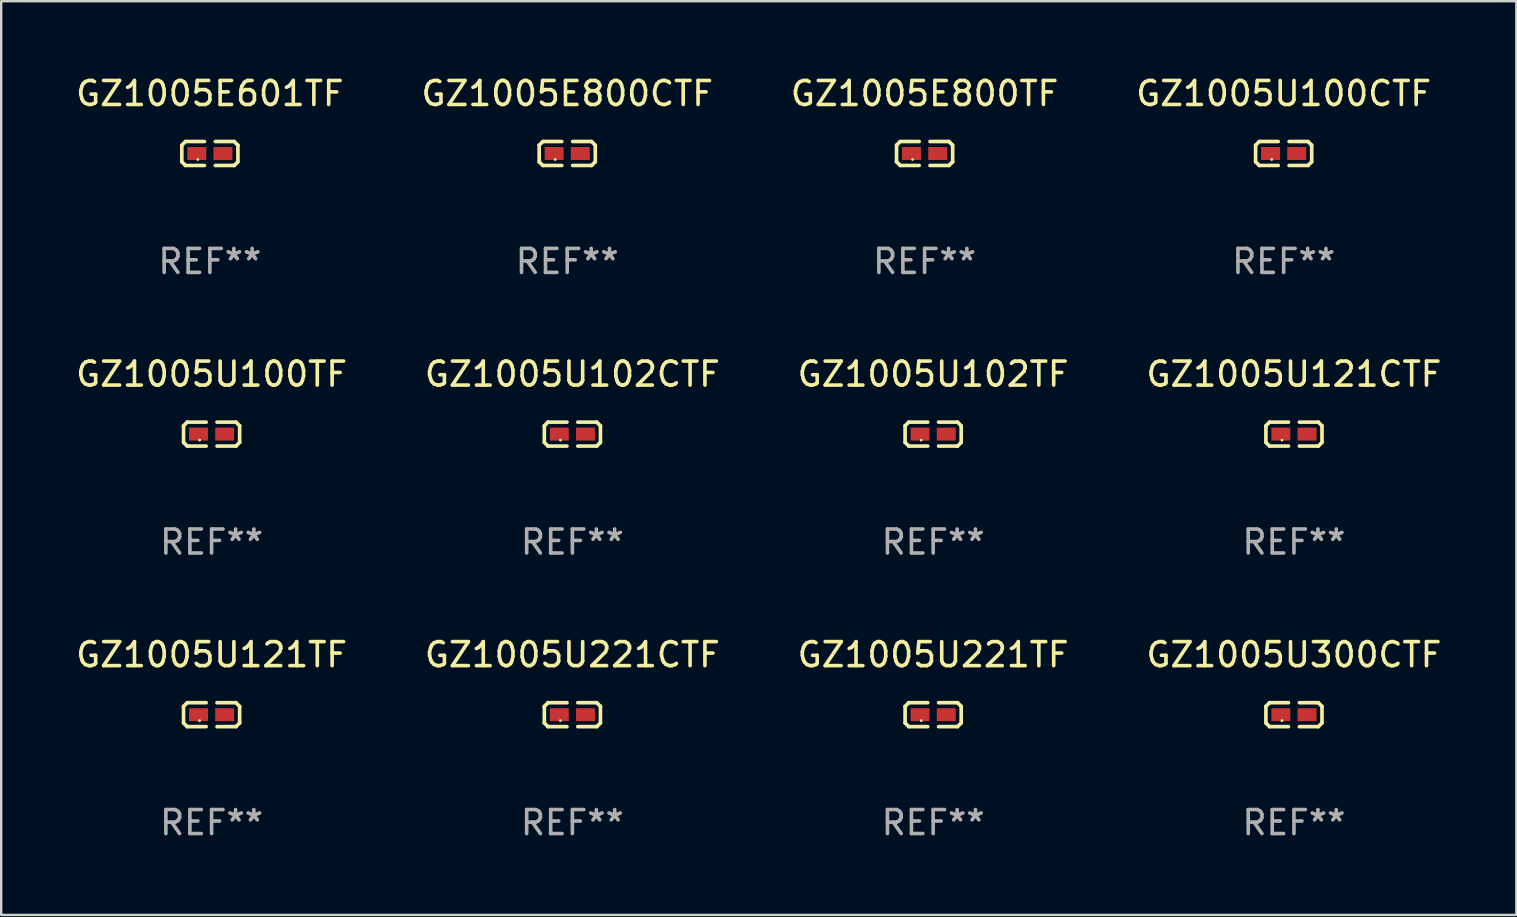
<source format=kicad_pcb>
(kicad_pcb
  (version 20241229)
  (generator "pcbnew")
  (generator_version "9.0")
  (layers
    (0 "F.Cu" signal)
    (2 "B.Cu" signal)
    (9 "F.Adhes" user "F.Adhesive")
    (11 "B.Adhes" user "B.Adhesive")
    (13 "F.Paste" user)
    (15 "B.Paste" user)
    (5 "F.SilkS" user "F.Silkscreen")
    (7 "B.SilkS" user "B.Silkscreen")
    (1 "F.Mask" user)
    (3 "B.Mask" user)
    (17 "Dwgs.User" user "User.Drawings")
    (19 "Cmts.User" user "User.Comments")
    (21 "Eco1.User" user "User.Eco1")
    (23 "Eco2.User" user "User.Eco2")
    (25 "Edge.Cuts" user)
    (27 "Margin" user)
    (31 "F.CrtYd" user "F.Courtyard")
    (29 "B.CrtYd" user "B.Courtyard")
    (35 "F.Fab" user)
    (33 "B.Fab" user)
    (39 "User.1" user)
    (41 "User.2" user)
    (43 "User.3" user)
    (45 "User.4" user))
  (footprint "GZ1005U100CTF"
    (layer "F.Cu")
    (at 50.446 3.347)
    (property "Reference" "GZ1005U100CTF" (at 0 -2.499 0) (layer "F.SilkS") (effects (font (size 1 1) (thickness 0.15))))
    (attr through_hole)
    (fp_line (start -1.169 -0.346) (end -1.016 -0.499) (stroke (width 0.152) (type solid)) (layer "F.SilkS"))
    (fp_line (start -1.169 0.346) (end -1.169 -0.346) (stroke (width 0.152) (type solid)) (layer "F.SilkS"))
    (fp_line (start -1.016 -0.499) (end -0.226 -0.499) (stroke (width 0.152) (type solid)) (layer "F.SilkS"))
    (fp_line (start -1.016 0.499) (end -1.169 0.346) (stroke (width 0.152) (type solid)) (layer "F.SilkS"))
    (fp_line (start -0.226 0.499) (end -1.016 0.499) (stroke (width 0.152) (type solid)) (layer "F.SilkS"))
    (fp_line (start 0.226 0.499) (end 1.016 0.499) (stroke (width 0.152) (type solid)) (layer "F.SilkS"))
    (fp_line (start 1.016 -0.499) (end 0.226 -0.499) (stroke (width 0.152) (type solid)) (layer "F.SilkS"))
    (fp_line (start 1.016 0.499) (end 1.169 0.346) (stroke (width 0.152) (type solid)) (layer "F.SilkS"))
    (fp_line (start 1.169 -0.346) (end 1.016 -0.499) (stroke (width 0.152) (type solid)) (layer "F.SilkS"))
    (fp_line (start 1.169 0.346) (end 1.169 -0.346) (stroke (width 0.152) (type solid)) (layer "F.SilkS"))
    (fp_circle (center -0.5 0.25) (end -0.47 0.25) (stroke (width 0.06) (type solid)) (fill no) (layer "F.SilkS"))
    (fp_text user "REF**" (at 0 4.499 0) (layer "F.Fab") (effects (font (size 1 1) (thickness 0.15))))
    (pad "1" smd rect (at -0.545 0) (size 0.79 0.54) (layers "F.Cu" "F.Mask" "F.Paste"))
    (pad "2" smd rect (at 0.545 0) (size 0.79 0.54) (layers "F.Cu" "F.Mask" "F.Paste")))
  (footprint "GZ1005U221CTF"
    (layer "F.Cu")
    (at 20.804 26.734)
    (property "Reference" "GZ1005U221CTF" (at 0 -2.499 0) (layer "F.SilkS") (effects (font (size 1 1) (thickness 0.15))))
    (attr through_hole)
    (fp_line (start -1.169 -0.346) (end -1.016 -0.499) (stroke (width 0.152) (type solid)) (layer "F.SilkS"))
    (fp_line (start -1.169 0.346) (end -1.169 -0.346) (stroke (width 0.152) (type solid)) (layer "F.SilkS"))
    (fp_line (start -1.016 -0.499) (end -0.226 -0.499) (stroke (width 0.152) (type solid)) (layer "F.SilkS"))
    (fp_line (start -1.016 0.499) (end -1.169 0.346) (stroke (width 0.152) (type solid)) (layer "F.SilkS"))
    (fp_line (start -0.226 0.499) (end -1.016 0.499) (stroke (width 0.152) (type solid)) (layer "F.SilkS"))
    (fp_line (start 0.226 0.499) (end 1.016 0.499) (stroke (width 0.152) (type solid)) (layer "F.SilkS"))
    (fp_line (start 1.016 -0.499) (end 0.226 -0.499) (stroke (width 0.152) (type solid)) (layer "F.SilkS"))
    (fp_line (start 1.016 0.499) (end 1.169 0.346) (stroke (width 0.152) (type solid)) (layer "F.SilkS"))
    (fp_line (start 1.169 -0.346) (end 1.016 -0.499) (stroke (width 0.152) (type solid)) (layer "F.SilkS"))
    (fp_line (start 1.169 0.346) (end 1.169 -0.346) (stroke (width 0.152) (type solid)) (layer "F.SilkS"))
    (fp_circle (center -0.5 0.25) (end -0.47 0.25) (stroke (width 0.06) (type solid)) (fill no) (layer "F.SilkS"))
    (fp_text user "REF**" (at 0 4.499 0) (layer "F.Fab") (effects (font (size 1 1) (thickness 0.15))))
    (pad "1" smd rect (at -0.545 0) (size 0.79 0.54) (layers "F.Cu" "F.Mask" "F.Paste"))
    (pad "2" smd rect (at 0.545 0) (size 0.79 0.54) (layers "F.Cu" "F.Mask" "F.Paste")))
  (footprint "GZ1005U121CTF"
    (layer "F.Cu")
    (at 50.875 15.041)
    (property "Reference" "GZ1005U121CTF" (at 0 -2.499 0) (layer "F.SilkS") (effects (font (size 1 1) (thickness 0.15))))
    (attr through_hole)
    (fp_line (start -1.169 -0.346) (end -1.016 -0.499) (stroke (width 0.152) (type solid)) (layer "F.SilkS"))
    (fp_line (start -1.169 0.346) (end -1.169 -0.346) (stroke (width 0.152) (type solid)) (layer "F.SilkS"))
    (fp_line (start -1.016 -0.499) (end -0.226 -0.499) (stroke (width 0.152) (type solid)) (layer "F.SilkS"))
    (fp_line (start -1.016 0.499) (end -1.169 0.346) (stroke (width 0.152) (type solid)) (layer "F.SilkS"))
    (fp_line (start -0.226 0.499) (end -1.016 0.499) (stroke (width 0.152) (type solid)) (layer "F.SilkS"))
    (fp_line (start 0.226 0.499) (end 1.016 0.499) (stroke (width 0.152) (type solid)) (layer "F.SilkS"))
    (fp_line (start 1.016 -0.499) (end 0.226 -0.499) (stroke (width 0.152) (type solid)) (layer "F.SilkS"))
    (fp_line (start 1.016 0.499) (end 1.169 0.346) (stroke (width 0.152) (type solid)) (layer "F.SilkS"))
    (fp_line (start 1.169 -0.346) (end 1.016 -0.499) (stroke (width 0.152) (type solid)) (layer "F.SilkS"))
    (fp_line (start 1.169 0.346) (end 1.169 -0.346) (stroke (width 0.152) (type solid)) (layer "F.SilkS"))
    (fp_circle (center -0.5 0.25) (end -0.47 0.25) (stroke (width 0.06) (type solid)) (fill no) (layer "F.SilkS"))
    (fp_text user "REF**" (at 0 4.499 0) (layer "F.Fab") (effects (font (size 1 1) (thickness 0.15))))
    (pad "1" smd rect (at -0.545 0) (size 0.79 0.54) (layers "F.Cu" "F.Mask" "F.Paste"))
    (pad "2" smd rect (at 0.545 0) (size 0.79 0.54) (layers "F.Cu" "F.Mask" "F.Paste")))
  (footprint "GZ1005U121TF"
    (layer "F.Cu")
    (at 5.768 26.734)
    (property "Reference" "GZ1005U121TF" (at 0 -2.499 0) (layer "F.SilkS") (effects (font (size 1 1) (thickness 0.15))))
    (attr through_hole)
    (fp_line (start -1.169 -0.346) (end -1.016 -0.499) (stroke (width 0.152) (type solid)) (layer "F.SilkS"))
    (fp_line (start -1.169 0.346) (end -1.169 -0.346) (stroke (width 0.152) (type solid)) (layer "F.SilkS"))
    (fp_line (start -1.016 -0.499) (end -0.226 -0.499) (stroke (width 0.152) (type solid)) (layer "F.SilkS"))
    (fp_line (start -1.016 0.499) (end -1.169 0.346) (stroke (width 0.152) (type solid)) (layer "F.SilkS"))
    (fp_line (start -0.226 0.499) (end -1.016 0.499) (stroke (width 0.152) (type solid)) (layer "F.SilkS"))
    (fp_line (start 0.226 0.499) (end 1.016 0.499) (stroke (width 0.152) (type solid)) (layer "F.SilkS"))
    (fp_line (start 1.016 -0.499) (end 0.226 -0.499) (stroke (width 0.152) (type solid)) (layer "F.SilkS"))
    (fp_line (start 1.016 0.499) (end 1.169 0.346) (stroke (width 0.152) (type solid)) (layer "F.SilkS"))
    (fp_line (start 1.169 -0.346) (end 1.016 -0.499) (stroke (width 0.152) (type solid)) (layer "F.SilkS"))
    (fp_line (start 1.169 0.346) (end 1.169 -0.346) (stroke (width 0.152) (type solid)) (layer "F.SilkS"))
    (fp_circle (center -0.5 0.25) (end -0.47 0.25) (stroke (width 0.06) (type solid)) (fill no) (layer "F.SilkS"))
    (fp_text user "REF**" (at 0 4.499 0) (layer "F.Fab") (effects (font (size 1 1) (thickness 0.15))))
    (pad "1" smd rect (at -0.545 0) (size 0.79 0.54) (layers "F.Cu" "F.Mask" "F.Paste"))
    (pad "2" smd rect (at 0.545 0) (size 0.79 0.54) (layers "F.Cu" "F.Mask" "F.Paste")))
  (footprint "GZ1005U221TF"
    (layer "F.Cu")
    (at 35.839 26.734)
    (property "Reference" "GZ1005U221TF" (at 0 -2.499 0) (layer "F.SilkS") (effects (font (size 1 1) (thickness 0.15))))
    (attr through_hole)
    (fp_line (start -1.169 -0.346) (end -1.016 -0.499) (stroke (width 0.152) (type solid)) (layer "F.SilkS"))
    (fp_line (start -1.169 0.346) (end -1.169 -0.346) (stroke (width 0.152) (type solid)) (layer "F.SilkS"))
    (fp_line (start -1.016 -0.499) (end -0.226 -0.499) (stroke (width 0.152) (type solid)) (layer "F.SilkS"))
    (fp_line (start -1.016 0.499) (end -1.169 0.346) (stroke (width 0.152) (type solid)) (layer "F.SilkS"))
    (fp_line (start -0.226 0.499) (end -1.016 0.499) (stroke (width 0.152) (type solid)) (layer "F.SilkS"))
    (fp_line (start 0.226 0.499) (end 1.016 0.499) (stroke (width 0.152) (type solid)) (layer "F.SilkS"))
    (fp_line (start 1.016 -0.499) (end 0.226 -0.499) (stroke (width 0.152) (type solid)) (layer "F.SilkS"))
    (fp_line (start 1.016 0.499) (end 1.169 0.346) (stroke (width 0.152) (type solid)) (layer "F.SilkS"))
    (fp_line (start 1.169 -0.346) (end 1.016 -0.499) (stroke (width 0.152) (type solid)) (layer "F.SilkS"))
    (fp_line (start 1.169 0.346) (end 1.169 -0.346) (stroke (width 0.152) (type solid)) (layer "F.SilkS"))
    (fp_circle (center -0.5 0.25) (end -0.47 0.25) (stroke (width 0.06) (type solid)) (fill no) (layer "F.SilkS"))
    (fp_text user "REF**" (at 0 4.499 0) (layer "F.Fab") (effects (font (size 1 1) (thickness 0.15))))
    (pad "1" smd rect (at -0.545 0) (size 0.79 0.54) (layers "F.Cu" "F.Mask" "F.Paste"))
    (pad "2" smd rect (at 0.545 0) (size 0.79 0.54) (layers "F.Cu" "F.Mask" "F.Paste")))
  (footprint "GZ1005E800CTF"
    (layer "F.Cu")
    (at 20.589 3.347)
    (property "Reference" "GZ1005E800CTF" (at 0 -2.499 0) (layer "F.SilkS") (effects (font (size 1 1) (thickness 0.15))))
    (attr through_hole)
    (fp_line (start -1.169 -0.346) (end -1.016 -0.499) (stroke (width 0.152) (type solid)) (layer "F.SilkS"))
    (fp_line (start -1.169 0.346) (end -1.169 -0.346) (stroke (width 0.152) (type solid)) (layer "F.SilkS"))
    (fp_line (start -1.016 -0.499) (end -0.226 -0.499) (stroke (width 0.152) (type solid)) (layer "F.SilkS"))
    (fp_line (start -1.016 0.499) (end -1.169 0.346) (stroke (width 0.152) (type solid)) (layer "F.SilkS"))
    (fp_line (start -0.226 0.499) (end -1.016 0.499) (stroke (width 0.152) (type solid)) (layer "F.SilkS"))
    (fp_line (start 0.226 0.499) (end 1.016 0.499) (stroke (width 0.152) (type solid)) (layer "F.SilkS"))
    (fp_line (start 1.016 -0.499) (end 0.226 -0.499) (stroke (width 0.152) (type solid)) (layer "F.SilkS"))
    (fp_line (start 1.016 0.499) (end 1.169 0.346) (stroke (width 0.152) (type solid)) (layer "F.SilkS"))
    (fp_line (start 1.169 -0.346) (end 1.016 -0.499) (stroke (width 0.152) (type solid)) (layer "F.SilkS"))
    (fp_line (start 1.169 0.346) (end 1.169 -0.346) (stroke (width 0.152) (type solid)) (layer "F.SilkS"))
    (fp_circle (center -0.5 0.25) (end -0.47 0.25) (stroke (width 0.06) (type solid)) (fill no) (layer "F.SilkS"))
    (fp_text user "REF**" (at 0 4.499 0) (layer "F.Fab") (effects (font (size 1 1) (thickness 0.15))))
    (pad "1" smd rect (at -0.545 0) (size 0.79 0.54) (layers "F.Cu" "F.Mask" "F.Paste"))
    (pad "2" smd rect (at 0.545 0) (size 0.79 0.54) (layers "F.Cu" "F.Mask" "F.Paste")))
  (footprint "GZ1005U300CTF"
    (layer "F.Cu")
    (at 50.875 26.734)
    (property "Reference" "GZ1005U300CTF" (at 0 -2.499 0) (layer "F.SilkS") (effects (font (size 1 1) (thickness 0.15))))
    (attr through_hole)
    (fp_line (start -1.169 -0.346) (end -1.016 -0.499) (stroke (width 0.152) (type solid)) (layer "F.SilkS"))
    (fp_line (start -1.169 0.346) (end -1.169 -0.346) (stroke (width 0.152) (type solid)) (layer "F.SilkS"))
    (fp_line (start -1.016 -0.499) (end -0.226 -0.499) (stroke (width 0.152) (type solid)) (layer "F.SilkS"))
    (fp_line (start -1.016 0.499) (end -1.169 0.346) (stroke (width 0.152) (type solid)) (layer "F.SilkS"))
    (fp_line (start -0.226 0.499) (end -1.016 0.499) (stroke (width 0.152) (type solid)) (layer "F.SilkS"))
    (fp_line (start 0.226 0.499) (end 1.016 0.499) (stroke (width 0.152) (type solid)) (layer "F.SilkS"))
    (fp_line (start 1.016 -0.499) (end 0.226 -0.499) (stroke (width 0.152) (type solid)) (layer "F.SilkS"))
    (fp_line (start 1.016 0.499) (end 1.169 0.346) (stroke (width 0.152) (type solid)) (layer "F.SilkS"))
    (fp_line (start 1.169 -0.346) (end 1.016 -0.499) (stroke (width 0.152) (type solid)) (layer "F.SilkS"))
    (fp_line (start 1.169 0.346) (end 1.169 -0.346) (stroke (width 0.152) (type solid)) (layer "F.SilkS"))
    (fp_circle (center -0.5 0.25) (end -0.47 0.25) (stroke (width 0.06) (type solid)) (fill no) (layer "F.SilkS"))
    (fp_text user "REF**" (at 0 4.499 0) (layer "F.Fab") (effects (font (size 1 1) (thickness 0.15))))
    (pad "1" smd rect (at -0.545 0) (size 0.79 0.54) (layers "F.Cu" "F.Mask" "F.Paste"))
    (pad "2" smd rect (at 0.545 0) (size 0.79 0.54) (layers "F.Cu" "F.Mask" "F.Paste")))
  (footprint "GZ1005E601TF"
    (layer "F.Cu")
    (at 5.696 3.347)
    (property "Reference" "GZ1005E601TF" (at 0 -2.499 0) (layer "F.SilkS") (effects (font (size 1 1) (thickness 0.15))))
    (attr through_hole)
    (fp_line (start -1.169 -0.346) (end -1.016 -0.499) (stroke (width 0.152) (type solid)) (layer "F.SilkS"))
    (fp_line (start -1.169 0.346) (end -1.169 -0.346) (stroke (width 0.152) (type solid)) (layer "F.SilkS"))
    (fp_line (start -1.016 -0.499) (end -0.226 -0.499) (stroke (width 0.152) (type solid)) (layer "F.SilkS"))
    (fp_line (start -1.016 0.499) (end -1.169 0.346) (stroke (width 0.152) (type solid)) (layer "F.SilkS"))
    (fp_line (start -0.226 0.499) (end -1.016 0.499) (stroke (width 0.152) (type solid)) (layer "F.SilkS"))
    (fp_line (start 0.226 0.499) (end 1.016 0.499) (stroke (width 0.152) (type solid)) (layer "F.SilkS"))
    (fp_line (start 1.016 -0.499) (end 0.226 -0.499) (stroke (width 0.152) (type solid)) (layer "F.SilkS"))
    (fp_line (start 1.016 0.499) (end 1.169 0.346) (stroke (width 0.152) (type solid)) (layer "F.SilkS"))
    (fp_line (start 1.169 -0.346) (end 1.016 -0.499) (stroke (width 0.152) (type solid)) (layer "F.SilkS"))
    (fp_line (start 1.169 0.346) (end 1.169 -0.346) (stroke (width 0.152) (type solid)) (layer "F.SilkS"))
    (fp_circle (center -0.5 0.25) (end -0.47 0.25) (stroke (width 0.06) (type solid)) (fill no) (layer "F.SilkS"))
    (fp_text user "REF**" (at 0 4.499 0) (layer "F.Fab") (effects (font (size 1 1) (thickness 0.15))))
    (pad "1" smd rect (at -0.545 0) (size 0.79 0.54) (layers "F.Cu" "F.Mask" "F.Paste"))
    (pad "2" smd rect (at 0.545 0) (size 0.79 0.54) (layers "F.Cu" "F.Mask" "F.Paste")))
  (footprint "GZ1005U100TF"
    (layer "F.Cu")
    (at 5.768 15.041)
    (property "Reference" "GZ1005U100TF" (at 0 -2.499 0) (layer "F.SilkS") (effects (font (size 1 1) (thickness 0.15))))
    (attr through_hole)
    (fp_line (start -1.169 -0.346) (end -1.016 -0.499) (stroke (width 0.152) (type solid)) (layer "F.SilkS"))
    (fp_line (start -1.169 0.346) (end -1.169 -0.346) (stroke (width 0.152) (type solid)) (layer "F.SilkS"))
    (fp_line (start -1.016 -0.499) (end -0.226 -0.499) (stroke (width 0.152) (type solid)) (layer "F.SilkS"))
    (fp_line (start -1.016 0.499) (end -1.169 0.346) (stroke (width 0.152) (type solid)) (layer "F.SilkS"))
    (fp_line (start -0.226 0.499) (end -1.016 0.499) (stroke (width 0.152) (type solid)) (layer "F.SilkS"))
    (fp_line (start 0.226 0.499) (end 1.016 0.499) (stroke (width 0.152) (type solid)) (layer "F.SilkS"))
    (fp_line (start 1.016 -0.499) (end 0.226 -0.499) (stroke (width 0.152) (type solid)) (layer "F.SilkS"))
    (fp_line (start 1.016 0.499) (end 1.169 0.346) (stroke (width 0.152) (type solid)) (layer "F.SilkS"))
    (fp_line (start 1.169 -0.346) (end 1.016 -0.499) (stroke (width 0.152) (type solid)) (layer "F.SilkS"))
    (fp_line (start 1.169 0.346) (end 1.169 -0.346) (stroke (width 0.152) (type solid)) (layer "F.SilkS"))
    (fp_circle (center -0.5 0.25) (end -0.47 0.25) (stroke (width 0.06) (type solid)) (fill no) (layer "F.SilkS"))
    (fp_text user "REF**" (at 0 4.499 0) (layer "F.Fab") (effects (font (size 1 1) (thickness 0.15))))
    (pad "1" smd rect (at -0.545 0) (size 0.79 0.54) (layers "F.Cu" "F.Mask" "F.Paste"))
    (pad "2" smd rect (at 0.545 0) (size 0.79 0.54) (layers "F.Cu" "F.Mask" "F.Paste")))
  (footprint "GZ1005U102CTF"
    (layer "F.Cu")
    (at 20.804 15.041)
    (property "Reference" "GZ1005U102CTF" (at 0 -2.499 0) (layer "F.SilkS") (effects (font (size 1 1) (thickness 0.15))))
    (attr through_hole)
    (fp_line (start -1.169 -0.346) (end -1.016 -0.499) (stroke (width 0.152) (type solid)) (layer "F.SilkS"))
    (fp_line (start -1.169 0.346) (end -1.169 -0.346) (stroke (width 0.152) (type solid)) (layer "F.SilkS"))
    (fp_line (start -1.016 -0.499) (end -0.226 -0.499) (stroke (width 0.152) (type solid)) (layer "F.SilkS"))
    (fp_line (start -1.016 0.499) (end -1.169 0.346) (stroke (width 0.152) (type solid)) (layer "F.SilkS"))
    (fp_line (start -0.226 0.499) (end -1.016 0.499) (stroke (width 0.152) (type solid)) (layer "F.SilkS"))
    (fp_line (start 0.226 0.499) (end 1.016 0.499) (stroke (width 0.152) (type solid)) (layer "F.SilkS"))
    (fp_line (start 1.016 -0.499) (end 0.226 -0.499) (stroke (width 0.152) (type solid)) (layer "F.SilkS"))
    (fp_line (start 1.016 0.499) (end 1.169 0.346) (stroke (width 0.152) (type solid)) (layer "F.SilkS"))
    (fp_line (start 1.169 -0.346) (end 1.016 -0.499) (stroke (width 0.152) (type solid)) (layer "F.SilkS"))
    (fp_line (start 1.169 0.346) (end 1.169 -0.346) (stroke (width 0.152) (type solid)) (layer "F.SilkS"))
    (fp_circle (center -0.5 0.25) (end -0.47 0.25) (stroke (width 0.06) (type solid)) (fill no) (layer "F.SilkS"))
    (fp_text user "REF**" (at 0 4.499 0) (layer "F.Fab") (effects (font (size 1 1) (thickness 0.15))))
    (pad "1" smd rect (at -0.545 0) (size 0.79 0.54) (layers "F.Cu" "F.Mask" "F.Paste"))
    (pad "2" smd rect (at 0.545 0) (size 0.79 0.54) (layers "F.Cu" "F.Mask" "F.Paste")))
  (footprint "GZ1005U102TF"
    (layer "F.Cu")
    (at 35.839 15.041)
    (property "Reference" "GZ1005U102TF" (at 0 -2.499 0) (layer "F.SilkS") (effects (font (size 1 1) (thickness 0.15))))
    (attr through_hole)
    (fp_line (start -1.169 -0.346) (end -1.016 -0.499) (stroke (width 0.152) (type solid)) (layer "F.SilkS"))
    (fp_line (start -1.169 0.346) (end -1.169 -0.346) (stroke (width 0.152) (type solid)) (layer "F.SilkS"))
    (fp_line (start -1.016 -0.499) (end -0.226 -0.499) (stroke (width 0.152) (type solid)) (layer "F.SilkS"))
    (fp_line (start -1.016 0.499) (end -1.169 0.346) (stroke (width 0.152) (type solid)) (layer "F.SilkS"))
    (fp_line (start -0.226 0.499) (end -1.016 0.499) (stroke (width 0.152) (type solid)) (layer "F.SilkS"))
    (fp_line (start 0.226 0.499) (end 1.016 0.499) (stroke (width 0.152) (type solid)) (layer "F.SilkS"))
    (fp_line (start 1.016 -0.499) (end 0.226 -0.499) (stroke (width 0.152) (type solid)) (layer "F.SilkS"))
    (fp_line (start 1.016 0.499) (end 1.169 0.346) (stroke (width 0.152) (type solid)) (layer "F.SilkS"))
    (fp_line (start 1.169 -0.346) (end 1.016 -0.499) (stroke (width 0.152) (type solid)) (layer "F.SilkS"))
    (fp_line (start 1.169 0.346) (end 1.169 -0.346) (stroke (width 0.152) (type solid)) (layer "F.SilkS"))
    (fp_circle (center -0.5 0.25) (end -0.47 0.25) (stroke (width 0.06) (type solid)) (fill no) (layer "F.SilkS"))
    (fp_text user "REF**" (at 0 4.499 0) (layer "F.Fab") (effects (font (size 1 1) (thickness 0.15))))
    (pad "1" smd rect (at -0.545 0) (size 0.79 0.54) (layers "F.Cu" "F.Mask" "F.Paste"))
    (pad "2" smd rect (at 0.545 0) (size 0.79 0.54) (layers "F.Cu" "F.Mask" "F.Paste")))
  (footprint "GZ1005E800TF"
    (layer "F.Cu")
    (at 35.482 3.347)
    (property "Reference" "GZ1005E800TF" (at 0 -2.499 0) (layer "F.SilkS") (effects (font (size 1 1) (thickness 0.15))))
    (attr through_hole)
    (fp_line (start -1.169 -0.346) (end -1.016 -0.499) (stroke (width 0.152) (type solid)) (layer "F.SilkS"))
    (fp_line (start -1.169 0.346) (end -1.169 -0.346) (stroke (width 0.152) (type solid)) (layer "F.SilkS"))
    (fp_line (start -1.016 -0.499) (end -0.226 -0.499) (stroke (width 0.152) (type solid)) (layer "F.SilkS"))
    (fp_line (start -1.016 0.499) (end -1.169 0.346) (stroke (width 0.152) (type solid)) (layer "F.SilkS"))
    (fp_line (start -0.226 0.499) (end -1.016 0.499) (stroke (width 0.152) (type solid)) (layer "F.SilkS"))
    (fp_line (start 0.226 0.499) (end 1.016 0.499) (stroke (width 0.152) (type solid)) (layer "F.SilkS"))
    (fp_line (start 1.016 -0.499) (end 0.226 -0.499) (stroke (width 0.152) (type solid)) (layer "F.SilkS"))
    (fp_line (start 1.016 0.499) (end 1.169 0.346) (stroke (width 0.152) (type solid)) (layer "F.SilkS"))
    (fp_line (start 1.169 -0.346) (end 1.016 -0.499) (stroke (width 0.152) (type solid)) (layer "F.SilkS"))
    (fp_line (start 1.169 0.346) (end 1.169 -0.346) (stroke (width 0.152) (type solid)) (layer "F.SilkS"))
    (fp_circle (center -0.5 0.25) (end -0.47 0.25) (stroke (width 0.06) (type solid)) (fill no) (layer "F.SilkS"))
    (fp_text user "REF**" (at 0 4.499 0) (layer "F.Fab") (effects (font (size 1 1) (thickness 0.15))))
    (pad "1" smd rect (at -0.545 0) (size 0.79 0.54) (layers "F.Cu" "F.Mask" "F.Paste"))
    (pad "2" smd rect (at 0.545 0) (size 0.79 0.54) (layers "F.Cu" "F.Mask" "F.Paste")))
  (gr_rect
    (start -3 -3)
    (end 60.143 35.081)
    (stroke (width 0.1) (type default))
    (fill no)
    (layer "Edge.Cuts")))
</source>
